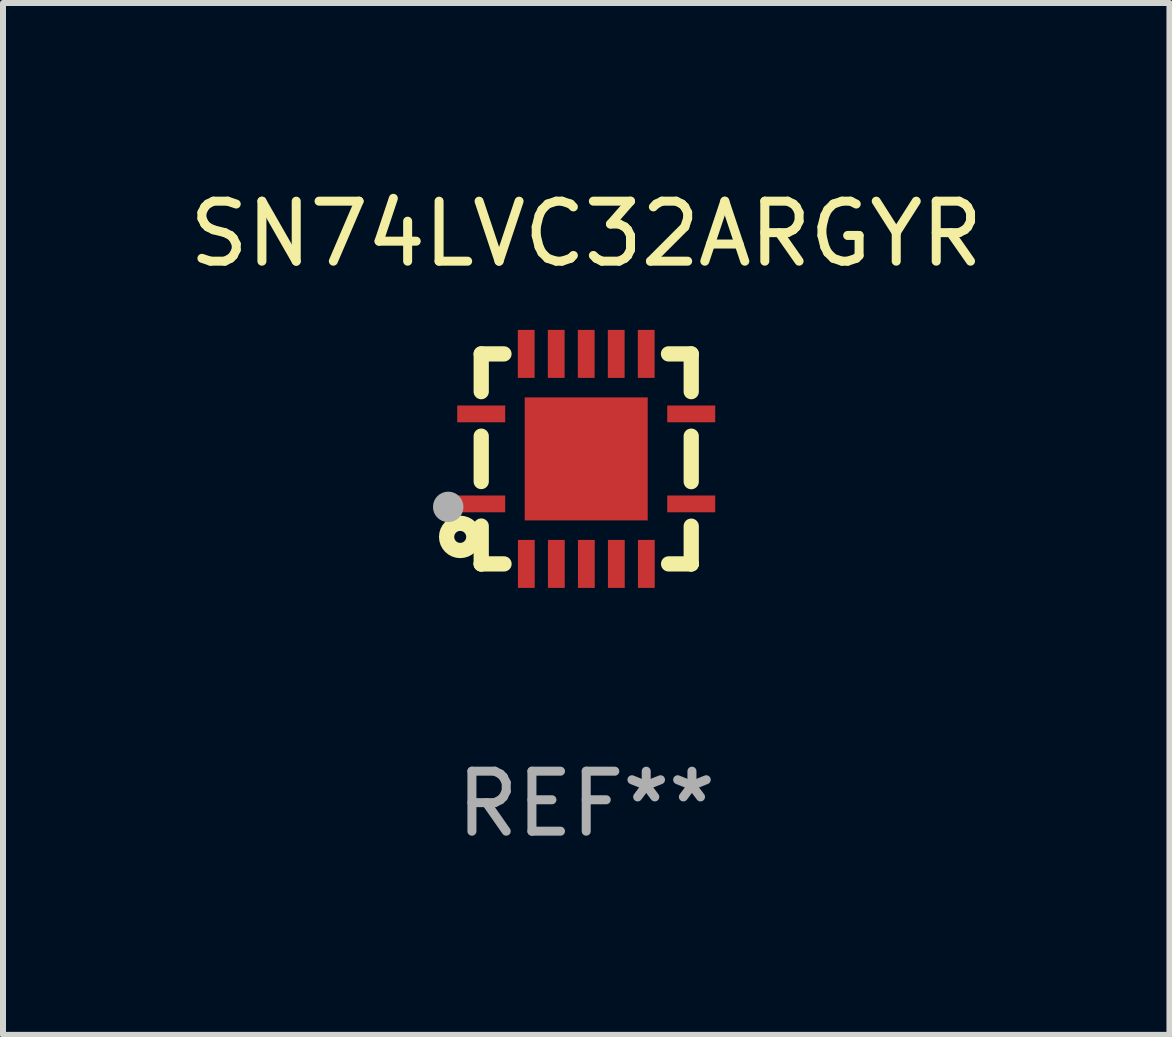
<source format=kicad_pcb>
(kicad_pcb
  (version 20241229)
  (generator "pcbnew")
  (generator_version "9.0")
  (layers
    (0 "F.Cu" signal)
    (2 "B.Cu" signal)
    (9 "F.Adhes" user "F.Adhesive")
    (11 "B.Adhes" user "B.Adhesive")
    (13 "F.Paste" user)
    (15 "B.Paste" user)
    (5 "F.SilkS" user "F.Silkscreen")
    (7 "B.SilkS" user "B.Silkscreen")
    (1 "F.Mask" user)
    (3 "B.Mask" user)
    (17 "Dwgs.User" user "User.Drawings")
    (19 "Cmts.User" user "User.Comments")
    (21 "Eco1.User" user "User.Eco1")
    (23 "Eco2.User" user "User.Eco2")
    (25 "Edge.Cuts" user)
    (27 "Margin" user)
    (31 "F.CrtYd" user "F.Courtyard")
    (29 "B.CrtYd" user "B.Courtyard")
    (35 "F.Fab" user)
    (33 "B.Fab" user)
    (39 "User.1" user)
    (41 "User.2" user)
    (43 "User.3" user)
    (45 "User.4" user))
  (footprint "SN74LVC32ARGYR"
    (layer "F.Cu")
    (at 6.72 4.598)
    (property "Reference" "SN74LVC32ARGYR" (at 0 -3.75 0) (layer "F.SilkS") (effects (font (size 1 1) (thickness 0.15))))
    (attr through_hole)
    (fp_line (start -1.75 1.75) (end -1.37 1.75) (stroke (width 0.254) (type solid)) (layer "F.SilkS"))
    (fp_line (start -1.75 -1.75) (end -1.75 -1.121) (stroke (width 0.254) (type solid)) (layer "F.SilkS"))
    (fp_line (start -1.75 -0.379) (end -1.75 0.377) (stroke (width 0.254) (type solid)) (layer "F.SilkS"))
    (fp_line (start -1.75 1.119) (end -1.75 1.75) (stroke (width 0.254) (type solid)) (layer "F.SilkS"))
    (fp_line (start -1.75 1.75) (end -1.75 1.75) (stroke (width 0.254) (type solid)) (layer "F.SilkS"))
    (fp_line (start -1.371 -1.75) (end -1.75 -1.75) (stroke (width 0.254) (type solid)) (layer "F.SilkS"))
    (fp_line (start 1.373 1.75) (end 1.75 1.75) (stroke (width 0.254) (type solid)) (layer "F.SilkS"))
    (fp_line (start 1.75 1.75) (end 1.75 1.75) (stroke (width 0.254) (type solid)) (layer "F.SilkS"))
    (fp_line (start 1.75 -1.75) (end 1.371 -1.75) (stroke (width 0.254) (type solid)) (layer "F.SilkS"))
    (fp_line (start 1.75 -1.121) (end 1.75 -1.75) (stroke (width 0.254) (type solid)) (layer "F.SilkS"))
    (fp_line (start 1.75 0.379) (end 1.75 -0.379) (stroke (width 0.254) (type solid)) (layer "F.SilkS"))
    (fp_line (start 1.75 1.75) (end 1.75 1.121) (stroke (width 0.254) (type solid)) (layer "F.SilkS"))
    (fp_circle (center -2.1 1.3) (end -2 1.3) (stroke (width 0.254) (type solid)) (fill no) (layer "F.SilkS"))
    (fp_circle (center -1.747 1.751) (end -1.717 1.751) (stroke (width 0.06) (type solid)) (fill no) (layer "F.SilkS"))
    (fp_circle (center -2.3 0.8) (end -2.173 0.8) (stroke (width 0.254) (type solid)) (fill no) (layer "F.Fab"))
    (fp_text user "REF**" (at 0 5.75 0) (layer "F.Fab") (effects (font (size 1 1) (thickness 0.15))))
    (pad "1" smd rect (at -1.75 0.75 270) (size 0.28 0.8) (layers "F.Cu" "F.Mask" "F.Paste"))
    (pad "2" smd rect (at -0.998 1.75 180) (size 0.28 0.8) (layers "F.Cu" "F.Mask" "F.Paste"))
    (pad "3" smd rect (at -0.498 1.75 180) (size 0.28 0.8) (layers "F.Cu" "F.Mask" "F.Paste"))
    (pad "4" smd rect (at 0.002 1.75 180) (size 0.28 0.8) (layers "F.Cu" "F.Mask" "F.Paste"))
    (pad "5" smd rect (at 0.502 1.75 180) (size 0.28 0.8) (layers "F.Cu" "F.Mask" "F.Paste"))
    (pad "6" smd rect (at 1.002 1.75 180) (size 0.28 0.8) (layers "F.Cu" "F.Mask" "F.Paste"))
    (pad "7" smd rect (at 1.75 0.75 270) (size 0.28 0.8) (layers "F.Cu" "F.Mask" "F.Paste"))
    (pad "8" smd rect (at 1.75 -0.75 270) (size 0.28 0.8) (layers "F.Cu" "F.Mask" "F.Paste"))
    (pad "9" smd rect (at 1 -1.75) (size 0.28 0.8) (layers "F.Cu" "F.Mask" "F.Paste"))
    (pad "10" smd rect (at 0.5 -1.75) (size 0.28 0.8) (layers "F.Cu" "F.Mask" "F.Paste"))
    (pad "11" smd rect (at 0 -1.75) (size 0.28 0.8) (layers "F.Cu" "F.Mask" "F.Paste"))
    (pad "12" smd rect (at -0.5 -1.75) (size 0.28 0.8) (layers "F.Cu" "F.Mask" "F.Paste"))
    (pad "13" smd rect (at -1 -1.75) (size 0.28 0.8) (layers "F.Cu" "F.Mask" "F.Paste"))
    (pad "14" smd rect (at -1.75 -0.75 90) (size 0.28 0.8) (layers "F.Cu" "F.Mask" "F.Paste"))
    (pad "15" smd rect (at 0 0 180) (size 2.05 2.05) (layers "F.Cu" "F.Mask" "F.Paste")))
  (gr_rect
    (start -3 -3)
    (end 16.44 14.197)
    (stroke (width 0.1) (type default))
    (fill no)
    (layer "Edge.Cuts")))
</source>
